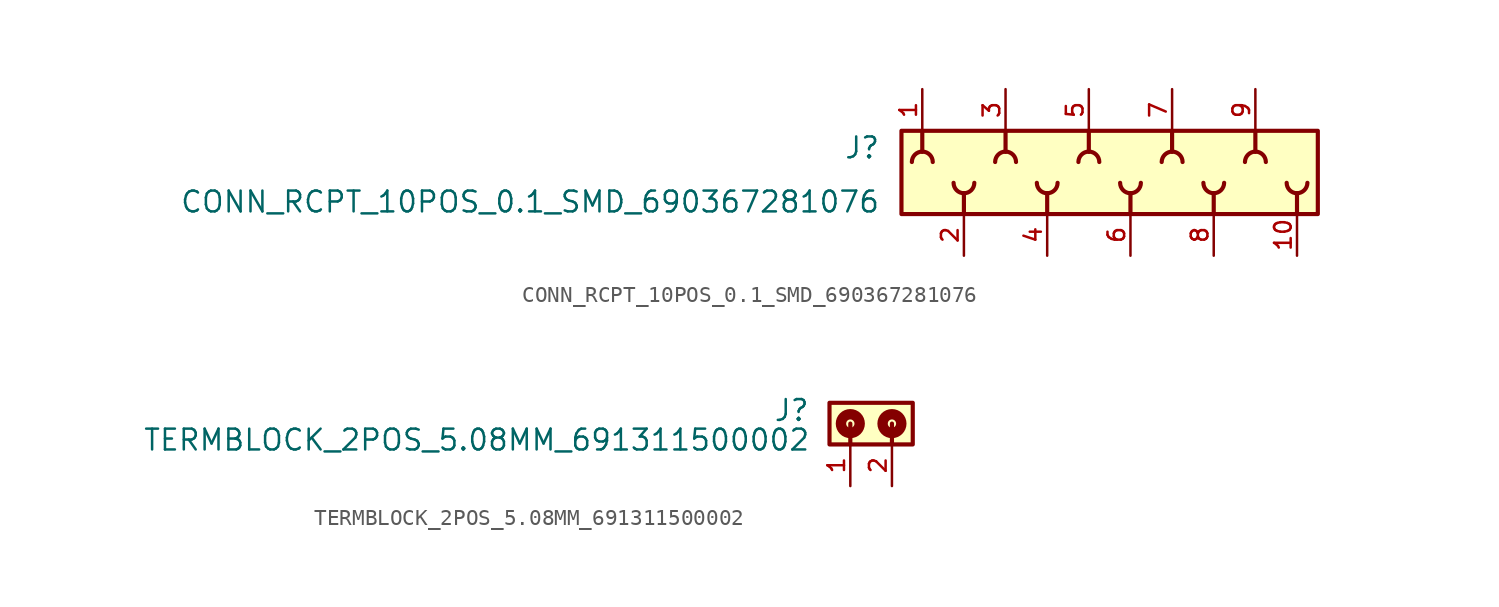
<source format=kicad_sym>
(kicad_symbol_lib
  (version 20241209)
  (generator "kicad_symbol_editor")
  (generator_version "9.0")
  (symbol "CONN_RCPT_10POS_0.1_SMD_690367281076"
    (pin_names
      (offset 1.016))
    (property "Reference" "J"
      (at -12.7 0.762 0)
      (effects (font (size 1.27 1.27)) (justify right bottom)))
    (property "Value" "CONN_RCPT_10POS_0.1_SMD_690367281076"
      (at -12.7 -2.54 0)
      (effects (font (size 1.27 1.27)) (justify right bottom)))
    (symbol "CONN_RCPT_10POS_0.1_SMD_690367281076_0_0"
      (rectangle (start -11.43 -2.54) (end 13.97 2.54) (stroke (width 0.254) (type default)) (fill (type background)))
      (polyline (pts (xy -10.16 1.27) (xy -10.16 2.54)) (stroke (width 0.254) (type default)) (fill (type none)))
      (arc (start -10.795 0.635) (mid -10.609 1.084) (end -10.16 1.27) (stroke (width 0.254) (type default)) (fill (type none)))
      (arc (start -10.16 1.27) (mid -9.711 1.084) (end -9.525 0.635) (stroke (width 0.254) (type default)) (fill (type none)))
      (arc (start -7.62 -1.27) (mid -8.069 -1.084) (end -8.255 -0.635) (stroke (width 0.254) (type default)) (fill (type none)))
      (arc (start -6.985 -0.635) (mid -7.171 -1.084) (end -7.62 -1.27) (stroke (width 0.254) (type default)) (fill (type none)))
      (polyline (pts (xy -7.62 -1.27) (xy -7.62 -2.54)) (stroke (width 0.254) (type default)) (fill (type none)))
      (polyline (pts (xy -5.08 1.27) (xy -5.08 2.54)) (stroke (width 0.254) (type default)) (fill (type none)))
      (arc (start -5.715 0.635) (mid -5.529 1.084) (end -5.08 1.27) (stroke (width 0.254) (type default)) (fill (type none)))
      (arc (start -5.08 1.27) (mid -4.631 1.084) (end -4.445 0.635) (stroke (width 0.254) (type default)) (fill (type none)))
      (arc (start -2.54 -1.27) (mid -2.989 -1.084) (end -3.175 -0.635) (stroke (width 0.254) (type default)) (fill (type none)))
      (arc (start -1.905 -0.635) (mid -2.091 -1.084) (end -2.54 -1.27) (stroke (width 0.254) (type default)) (fill (type none)))
      (polyline (pts (xy -2.54 -1.27) (xy -2.54 -2.54)) (stroke (width 0.254) (type default)) (fill (type none)))
      (polyline (pts (xy 0 1.27) (xy 0 2.54)) (stroke (width 0.254) (type default)) (fill (type none)))
      (arc (start -0.635 0.635) (mid -0.449 1.084) (end 0 1.27) (stroke (width 0.254) (type default)) (fill (type none)))
      (arc (start 0 1.27) (mid 0.449 1.084) (end 0.635 0.635) (stroke (width 0.254) (type default)) (fill (type none)))
      (arc (start 2.54 -1.27) (mid 2.091 -1.084) (end 1.905 -0.635) (stroke (width 0.254) (type default)) (fill (type none)))
      (arc (start 3.175 -0.635) (mid 2.989 -1.084) (end 2.54 -1.27) (stroke (width 0.254) (type default)) (fill (type none)))
      (polyline (pts (xy 2.54 -1.27) (xy 2.54 -2.54)) (stroke (width 0.254) (type default)) (fill (type none)))
      (polyline (pts (xy 5.08 1.27) (xy 5.08 2.54)) (stroke (width 0.254) (type default)) (fill (type none)))
      (arc (start 5.08 1.27) (mid 5.529 1.084) (end 5.715 0.635) (stroke (width 0.254) (type default)) (fill (type none)))
      (arc (start 4.445 0.635) (mid 4.6327 1.0808) (end 5.08 1.27) (stroke (width 0.254) (type default)) (fill (type none)))
      (arc (start 8.255 -0.635) (mid 8.0673 -1.0808) (end 7.62 -1.27) (stroke (width 0.254) (type default)) (fill (type none)))
      (arc (start 7.62 -1.27) (mid 7.171 -1.084) (end 6.985 -0.635) (stroke (width 0.254) (type default)) (fill (type none)))
      (polyline (pts (xy 7.62 -1.27) (xy 7.62 -2.54)) (stroke (width 0.254) (type default)) (fill (type none)))
      (polyline (pts (xy 10.16 1.27) (xy 10.16 2.54)) (stroke (width 0.254) (type default)) (fill (type none)))
      (arc (start 10.16 1.27) (mid 10.609 1.084) (end 10.795 0.635) (stroke (width 0.254) (type default)) (fill (type none)))
      (arc (start 9.525 0.635) (mid 9.7127 1.0808) (end 10.16 1.27) (stroke (width 0.254) (type default)) (fill (type none)))
      (arc (start 13.335 -0.635) (mid 13.1473 -1.0808) (end 12.7 -1.27) (stroke (width 0.254) (type default)) (fill (type none)))
      (arc (start 12.7 -1.27) (mid 12.251 -1.084) (end 12.065 -0.635) (stroke (width 0.254) (type default)) (fill (type none)))
      (polyline (pts (xy 12.7 -1.27) (xy 12.7 -2.54)) (stroke (width 0.254) (type default)) (fill (type none)))
      (pin passive line (at -10.16 5.08 270) (length 2.54) (name "~" (effects (font (size 1.016 1.016)))) (number "1" (effects (font (size 1.016 1.016)))))
      (pin passive line (at -7.62 -5.08 90) (length 2.54) (name "~" (effects (font (size 1.016 1.016)))) (number "2" (effects (font (size 1.016 1.016)))))
      (pin passive line (at -5.08 5.08 270) (length 2.54) (name "~" (effects (font (size 1.016 1.016)))) (number "3" (effects (font (size 1.016 1.016)))))
      (pin passive line (at -2.54 -5.08 90) (length 2.54) (name "~" (effects (font (size 1.016 1.016)))) (number "4" (effects (font (size 1.016 1.016)))))
      (pin passive line (at 0 5.08 270) (length 2.54) (name "~" (effects (font (size 1.016 1.016)))) (number "5" (effects (font (size 1.016 1.016)))))
      (pin passive line (at 2.54 -5.08 90) (length 2.54) (name "~" (effects (font (size 1.016 1.016)))) (number "6" (effects (font (size 1.016 1.016)))))
      (pin passive line (at 5.08 5.08 270) (length 2.54) (name "~" (effects (font (size 1.016 1.016)))) (number "7" (effects (font (size 1.016 1.016)))))
      (pin passive line (at 7.62 -5.08 90) (length 2.54) (name "~" (effects (font (size 1.016 1.016)))) (number "8" (effects (font (size 1.016 1.016)))))
      (pin passive line (at 10.16 5.08 270) (length 2.54) (name "~" (effects (font (size 1.016 1.016)))) (number "9" (effects (font (size 1.016 1.016)))))
      (pin passive line (at 12.7 -5.08 90) (length 2.54) (name "~" (effects (font (size 1.016 1.016)))) (number "10" (effects (font (size 1.016 1.016)))))))
  (symbol "TERMBLOCK_2POS_5.08MM_691311500002"
    (pin_names
      (offset 1.016))
    (property "Reference" "J"
      (at -4.99 -1.205 0)
      (effects (font (size 1.27 1.27)) (justify right bottom)))
    (property "Value" "TERMBLOCK_2POS_5.08MM_691311500002"
      (at -4.95 -3.01 0)
      (effects (font (size 1.27 1.27)) (justify right bottom)))
    (symbol "TERMBLOCK_2POS_5.08MM_691311500002_0_0"
      (rectangle (start -3.81 -2.54) (end 1.27 0) (stroke (width 0.254) (type default)) (fill (type background)))
      (circle (center -2.54 -1.27) (radius 0.254) (stroke (width 0.635) (type default)) (fill (type none)))
      (polyline (pts (xy -2.54 -1.27) (xy -2.54 -2.54)) (stroke (width 0.254) (type default)) (fill (type none)))
      (polyline (pts (xy 0 -1.27) (xy 0 -2.54)) (stroke (width 0.254) (type default)) (fill (type none)))
      (circle (center 0 -1.27) (radius 0.254) (stroke (width 0.635) (type default)) (fill (type none)))
      (pin passive line (at -2.54 -5.08 90) (length 2.54) (name "~" (effects (font (size 1.016 1.016)))) (number "1" (effects (font (size 1.016 1.016)))))
      (pin passive line (at 0 -5.08 90) (length 2.54) (name "~" (effects (font (size 1.016 1.016)))) (number "2" (effects (font (size 1.016 1.016))))))))
</source>
